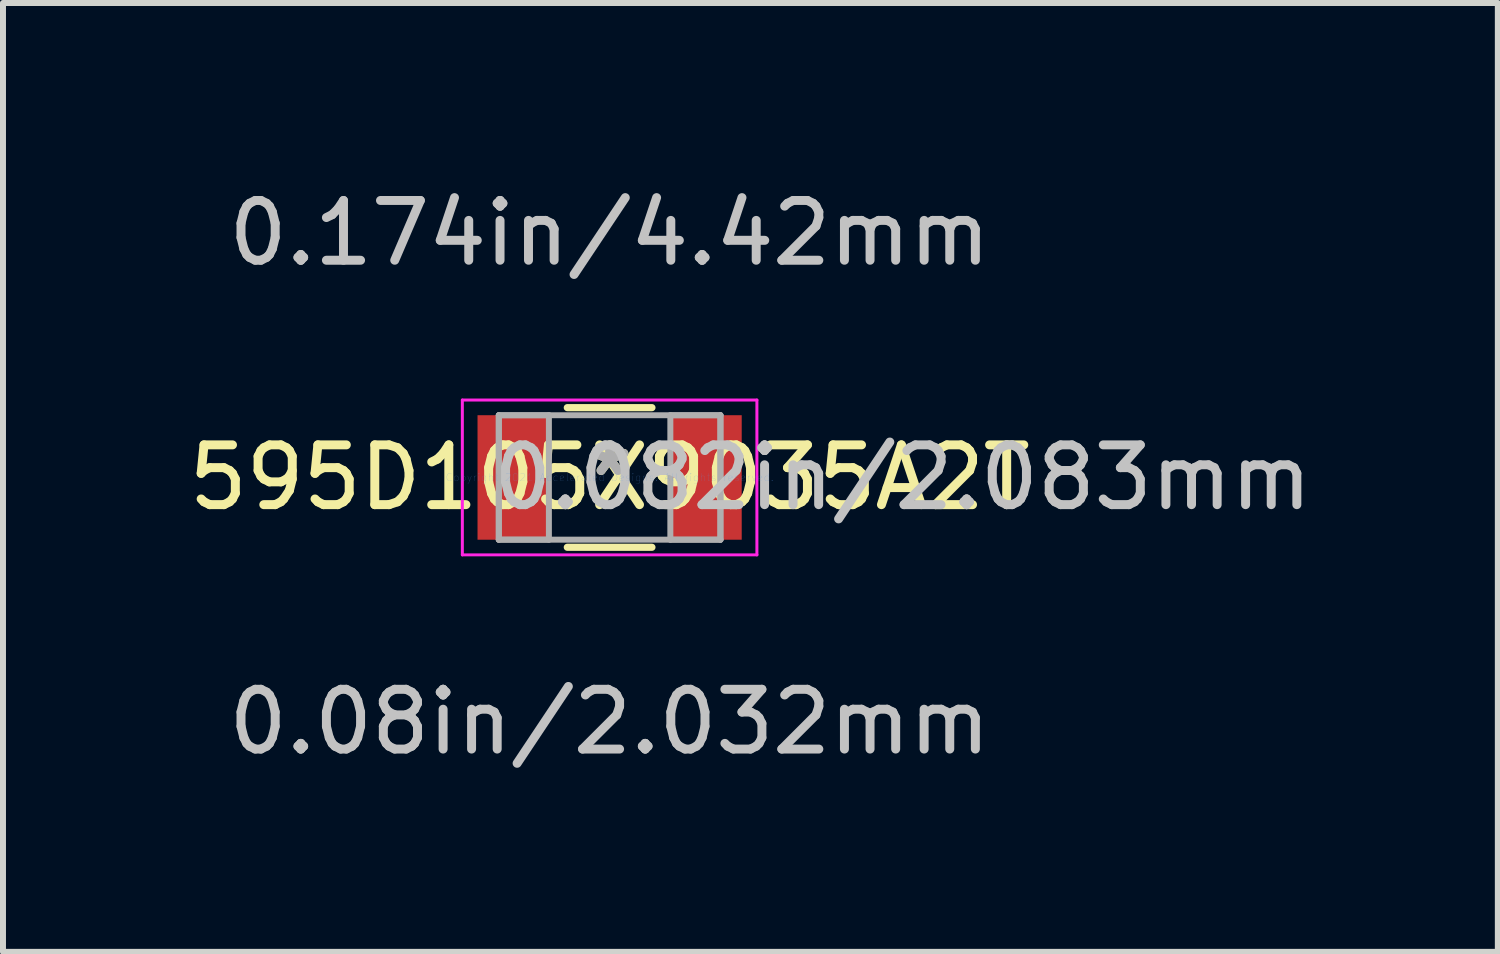
<source format=kicad_pcb>
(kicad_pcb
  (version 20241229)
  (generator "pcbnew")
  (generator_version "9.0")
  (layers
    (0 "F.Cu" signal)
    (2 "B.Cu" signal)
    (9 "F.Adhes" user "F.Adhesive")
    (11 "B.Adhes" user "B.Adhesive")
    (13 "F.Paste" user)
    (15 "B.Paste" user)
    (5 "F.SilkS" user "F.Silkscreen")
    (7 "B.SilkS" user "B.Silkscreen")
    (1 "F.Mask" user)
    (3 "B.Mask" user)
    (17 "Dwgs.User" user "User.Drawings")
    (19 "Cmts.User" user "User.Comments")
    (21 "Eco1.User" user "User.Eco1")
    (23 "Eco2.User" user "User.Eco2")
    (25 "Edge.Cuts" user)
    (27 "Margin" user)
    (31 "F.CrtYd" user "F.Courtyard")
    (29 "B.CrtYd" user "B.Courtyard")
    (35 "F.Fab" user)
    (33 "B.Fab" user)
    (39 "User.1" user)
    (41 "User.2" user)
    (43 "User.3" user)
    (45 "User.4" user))
  (footprint "595D105X9035A2T"
    (layer "F.Cu")
    (at 7.149 4.938)
    (property "Reference" "595D105X9035A2T" (at 0 0 0) (layer "F.SilkS") (effects (font (size 1 1) (thickness 0.15))))
    (attr through_hole)
    (fp_line (start -0.708 1.168) (end 0.708 1.168) (stroke (width 0.12) (type solid)) (layer "F.SilkS"))
    (fp_line (start 0.708 -1.168) (end -0.708 -1.168) (stroke (width 0.12) (type solid)) (layer "F.SilkS"))
    (fp_line (start -2.464 -1.295) (end 2.464 -1.295) (stroke (width 0.05) (type solid)) (layer "F.CrtYd"))
    (fp_line (start -2.464 1.295) (end -2.464 -1.295) (stroke (width 0.05) (type solid)) (layer "F.CrtYd"))
    (fp_line (start 2.464 -1.295) (end 2.464 1.295) (stroke (width 0.05) (type solid)) (layer "F.CrtYd"))
    (fp_line (start 2.464 1.295) (end -2.464 1.295) (stroke (width 0.05) (type solid)) (layer "F.CrtYd"))
    (fp_line (start -1.854 -1.041) (end -1.854 1.041) (stroke (width 0.1) (type solid)) (layer "F.Fab"))
    (fp_line (start -1.854 -1.041) (end -1.854 1.041) (stroke (width 0.1) (type solid)) (layer "F.Fab"))
    (fp_line (start -1.854 1.041) (end -1.016 1.041) (stroke (width 0.1) (type solid)) (layer "F.Fab"))
    (fp_line (start -1.854 1.041) (end 1.854 1.041) (stroke (width 0.1) (type solid)) (layer "F.Fab"))
    (fp_line (start -1.016 -1.041) (end -1.854 -1.041) (stroke (width 0.1) (type solid)) (layer "F.Fab"))
    (fp_line (start -1.016 1.041) (end -1.016 -1.041) (stroke (width 0.1) (type solid)) (layer "F.Fab"))
    (fp_line (start 1.016 -1.041) (end 1.016 1.041) (stroke (width 0.1) (type solid)) (layer "F.Fab"))
    (fp_line (start 1.016 1.041) (end 1.854 1.041) (stroke (width 0.1) (type solid)) (layer "F.Fab"))
    (fp_line (start 1.854 -1.041) (end -1.854 -1.041) (stroke (width 0.1) (type solid)) (layer "F.Fab"))
    (fp_line (start 1.854 -1.041) (end 1.016 -1.041) (stroke (width 0.1) (type solid)) (layer "F.Fab"))
    (fp_line (start 1.854 1.041) (end 1.854 -1.041) (stroke (width 0.1) (type solid)) (layer "F.Fab"))
    (fp_line (start 1.854 1.041) (end 1.854 -1.041) (stroke (width 0.1) (type solid)) (layer "F.Fab"))
    (fp_text user "*" (at 0 0 0) (layer "F.SilkS") (effects (font (size 1 1) (thickness 0.15))))
    (fp_text user "0.174in/4.42mm" (at 0 -4.089 0) (layer "Dwgs.User") (effects (font (size 1 1) (thickness 0.15))))
    (fp_text user "0.08in/2.032mm" (at 0 4.089 0) (layer "Dwgs.User") (effects (font (size 1 1) (thickness 0.15))))
    (fp_text user "0.082in/2.083mm" (at 4.902 0 0) (layer "Dwgs.User") (effects (font (size 1 1) (thickness 0.15))))
    (fp_text user "Copyright 2021 Accelerated Designs. All rights reserved." (at 0 0 0) (layer "Cmts.User") (effects (font (size 0.127 0.127) (thickness 0.002))))
    (fp_text user "*" (at 0 0 0) (layer "F.Fab") (effects (font (size 1 1) (thickness 0.15))))
    (pad "1" smd rect (at -1.613 0) (size 1.194 2.083) (layers "F.Cu" "F.Mask" "F.Paste"))
    (pad "2" smd rect (at 1.613 0) (size 1.194 2.083) (layers "F.Cu" "F.Mask" "F.Paste")))
  (gr_rect
    (start -3 -3)
    (end 22.009 12.875)
    (stroke (width 0.1) (type default))
    (fill no)
    (layer "Edge.Cuts")))
</source>
